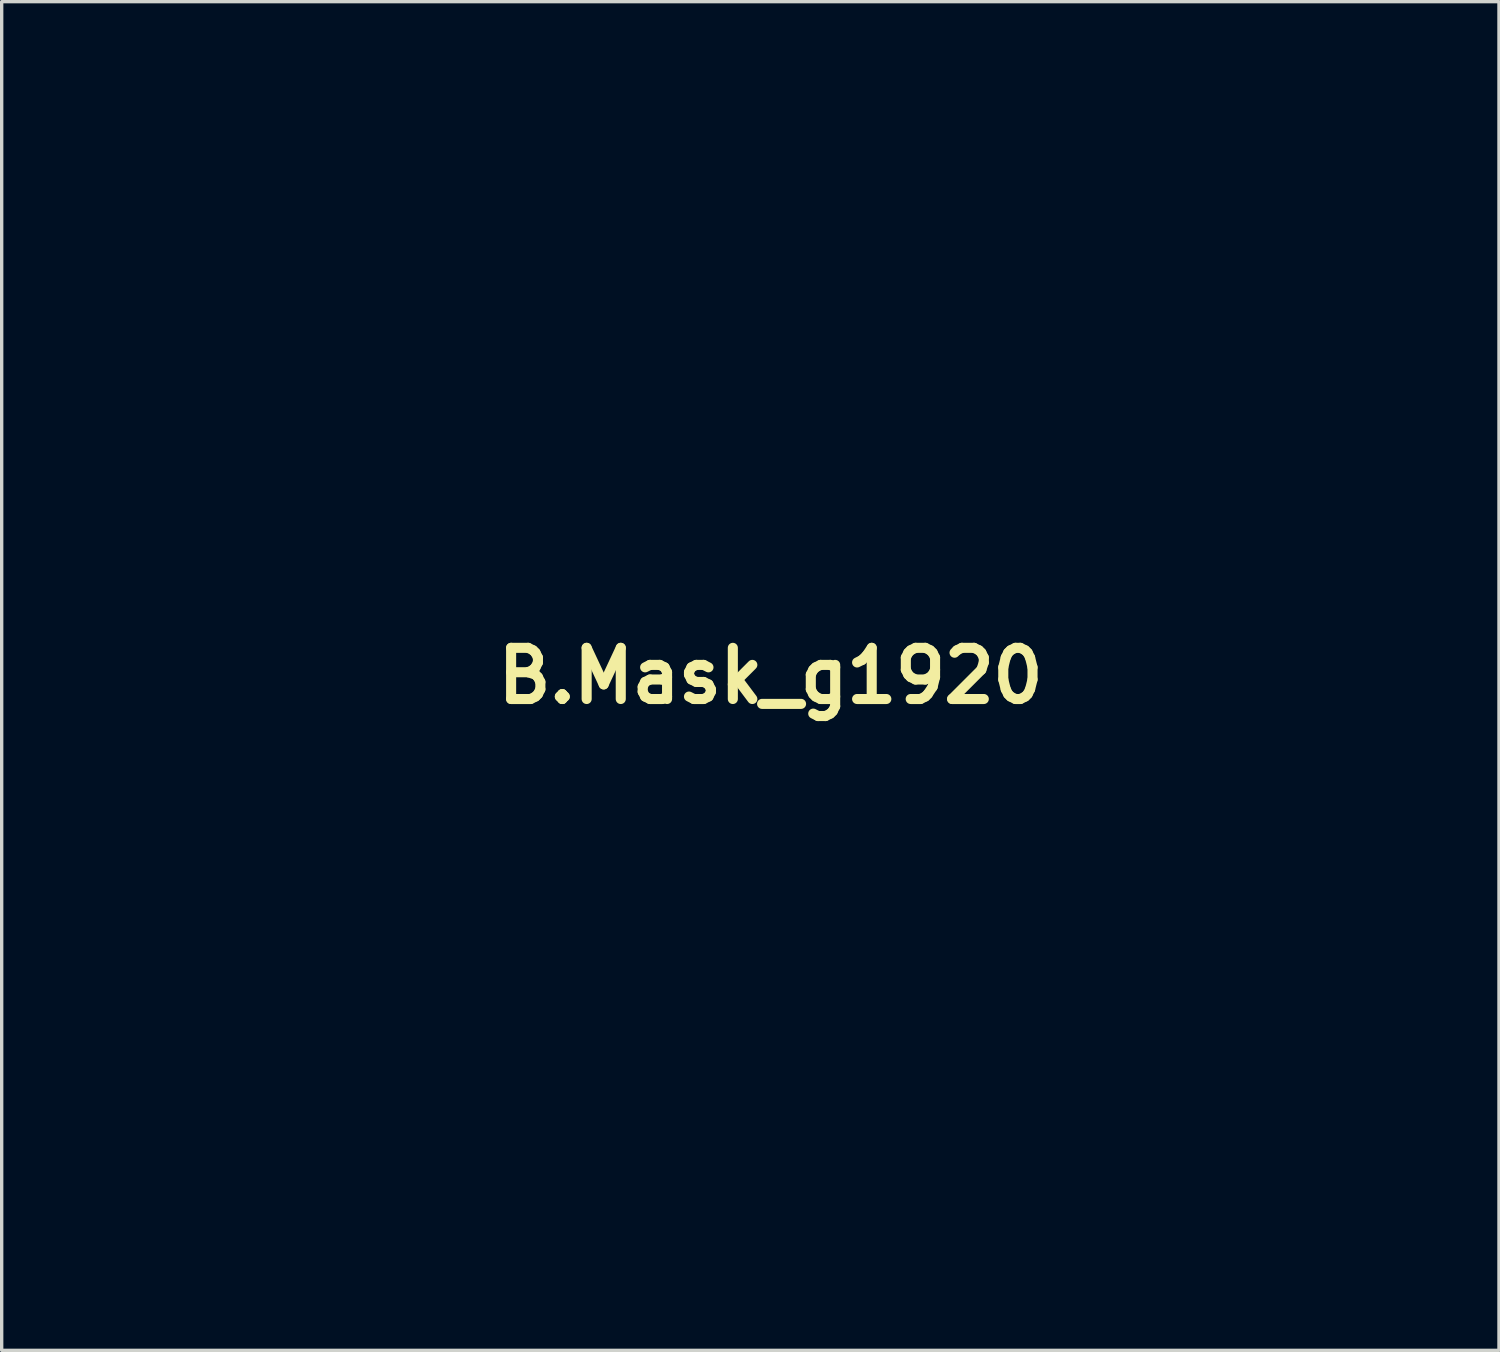
<source format=kicad_pcb>
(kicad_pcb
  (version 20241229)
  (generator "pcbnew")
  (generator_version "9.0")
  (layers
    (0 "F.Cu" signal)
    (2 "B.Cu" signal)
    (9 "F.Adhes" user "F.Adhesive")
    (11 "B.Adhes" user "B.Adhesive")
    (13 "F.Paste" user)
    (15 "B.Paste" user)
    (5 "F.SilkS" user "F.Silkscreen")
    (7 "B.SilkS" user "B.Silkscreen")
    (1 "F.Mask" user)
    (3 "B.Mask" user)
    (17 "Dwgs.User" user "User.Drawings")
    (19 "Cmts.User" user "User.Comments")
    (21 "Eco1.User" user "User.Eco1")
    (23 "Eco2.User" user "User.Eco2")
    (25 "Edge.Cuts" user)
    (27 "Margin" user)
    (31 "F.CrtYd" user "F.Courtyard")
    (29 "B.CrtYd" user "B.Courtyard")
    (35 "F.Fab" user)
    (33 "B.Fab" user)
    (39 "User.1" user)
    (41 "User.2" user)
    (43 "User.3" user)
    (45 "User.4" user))
  (footprint "B.Mask_g1920"
    (layer "F.Cu")
    (at 19.903 17.081)
    (property "Reference" "B.Mask_g1920" (at 0 0 0) (layer "F.SilkS") (effects (font (size 1.524 1.524) (thickness 0.3))))
    (attr through_hole)
    (fp_poly (pts (xy 4.667 -4.303) (xy 4.755 -4.247) (xy 4.834 -4.122) (xy 4.905 -3.924) (xy 4.97 -3.646) (xy 4.978 -3.605) (xy 5.023 -3.326) (xy 5.034 -3.118) (xy 5.013 -2.975) (xy 4.971 -2.903) (xy 4.867 -2.846) (xy 4.749 -2.845) (xy 4.657 -2.899) (xy 4.627 -2.971) (xy 4.596 -3.099) (xy 4.571 -3.259) (xy 4.57 -3.27) (xy 4.541 -3.464) (xy 4.501 -3.663) (xy 4.466 -3.802) (xy 4.418 -4.02) (xy 4.423 -4.18) (xy 4.478 -4.28) (xy 4.583 -4.314) (xy 4.667 -4.303)) (stroke (width 0.01) (type solid)) (fill yes) (layer "B.Mask"))
    (fp_poly (pts (xy -7.813 -1.103) (xy -7.687 -0.992) (xy -7.526 -0.874) (xy -7.407 -0.799) (xy -7.275 -0.719) (xy -7.204 -0.661) (xy -7.18 -0.61) (xy -7.187 -0.55) (xy -7.214 -0.318) (xy -7.193 -0.053) (xy -7.128 0.211) (xy -7.099 0.286) (xy -6.99 0.552) (xy -7.205 0.66) (xy -7.477 0.759) (xy -7.754 0.787) (xy -8.016 0.743) (xy -8.041 0.734) (xy -8.219 0.639) (xy -8.395 0.495) (xy -8.546 0.326) (xy -8.649 0.154) (xy -8.669 0.101) (xy -8.716 -0.196) (xy -8.684 -0.484) (xy -8.579 -0.749) (xy -8.407 -0.979) (xy -8.172 -1.16) (xy -8.124 -1.187) (xy -7.971 -1.265) (xy -7.813 -1.103)) (stroke (width 0.01) (type solid)) (fill yes) (layer "B.Mask"))
    (fp_poly (pts (xy -4.875 -2.956) (xy -4.607 -2.896) (xy -4.372 -2.759) (xy -4.176 -2.549) (xy -4.129 -2.479) (xy -4.061 -2.359) (xy -4.022 -2.252) (xy -4.005 -2.126) (xy -4.001 -1.951) (xy -4.01 -1.748) (xy -4.036 -1.598) (xy -4.088 -1.468) (xy -4.096 -1.452) (xy -4.251 -1.246) (xy -4.46 -1.087) (xy -4.707 -0.98) (xy -4.971 -0.932) (xy -5.235 -0.948) (xy -5.451 -1.021) (xy -5.69 -1.181) (xy -5.868 -1.386) (xy -5.984 -1.622) (xy -6.036 -1.875) (xy -6.024 -2.133) (xy -5.946 -2.381) (xy -5.802 -2.607) (xy -5.59 -2.797) (xy -5.584 -2.801) (xy -5.406 -2.899) (xy -5.219 -2.95) (xy -4.994 -2.962) (xy -4.875 -2.956)) (stroke (width 0.01) (type solid)) (fill yes) (layer "B.Mask"))
    (fp_poly (pts (xy -5.71 2.609) (xy -5.46 2.728) (xy -5.191 2.803) (xy -4.901 2.857) (xy -4.922 3.127) (xy -4.978 3.395) (xy -5.102 3.623) (xy -5.302 3.821) (xy -5.366 3.869) (xy -5.468 3.934) (xy -5.566 3.973) (xy -5.689 3.996) (xy -5.865 4.008) (xy -5.894 4.009) (xy -6.086 4.013) (xy -6.221 4.002) (xy -6.324 3.974) (xy -6.399 3.939) (xy -6.588 3.798) (xy -6.759 3.602) (xy -6.886 3.384) (xy -6.922 3.286) (xy -6.973 3.091) (xy -6.981 2.96) (xy -6.938 2.875) (xy -6.832 2.822) (xy -6.653 2.785) (xy -6.598 2.777) (xy -6.452 2.738) (xy -6.282 2.668) (xy -6.17 2.608) (xy -5.938 2.468) (xy -5.71 2.609)) (stroke (width 0.01) (type solid)) (fill yes) (layer "B.Mask"))
    (fp_poly (pts (xy -6.532 0.892) (xy -6.244 1.033) (xy -6.259 1.427) (xy -6.262 1.659) (xy -6.248 1.836) (xy -6.214 1.983) (xy -6.199 2.03) (xy -6.157 2.158) (xy -6.147 2.236) (xy -6.169 2.292) (xy -6.184 2.311) (xy -6.324 2.421) (xy -6.519 2.496) (xy -6.747 2.533) (xy -6.985 2.529) (xy -7.208 2.481) (xy -7.281 2.452) (xy -7.519 2.314) (xy -7.688 2.144) (xy -7.795 1.929) (xy -7.846 1.659) (xy -7.852 1.496) (xy -7.849 1.332) (xy -7.841 1.203) (xy -7.829 1.13) (xy -7.825 1.123) (xy -7.773 1.1) (xy -7.661 1.069) (xy -7.517 1.036) (xy -7.331 0.986) (xy -7.141 0.917) (xy -7.028 0.864) (xy -6.819 0.751) (xy -6.532 0.892)) (stroke (width 0.01) (type solid)) (fill yes) (layer "B.Mask"))
    (fp_poly (pts (xy -6.672 -2.948) (xy -6.491 -2.907) (xy -6.33 -2.849) (xy -6.212 -2.781) (xy -6.162 -2.722) (xy -6.162 -2.651) (xy -6.184 -2.527) (xy -6.223 -2.383) (xy -6.281 -2.163) (xy -6.302 -1.98) (xy -6.286 -1.798) (xy -6.231 -1.582) (xy -6.22 -1.546) (xy -6.179 -1.395) (xy -6.156 -1.272) (xy -6.156 -1.201) (xy -6.156 -1.201) (xy -6.205 -1.151) (xy -6.307 -1.085) (xy -6.402 -1.036) (xy -6.634 -0.96) (xy -6.883 -0.932) (xy -7.118 -0.952) (xy -7.278 -1.005) (xy -7.511 -1.163) (xy -7.69 -1.375) (xy -7.811 -1.624) (xy -7.865 -1.894) (xy -7.849 -2.169) (xy -7.789 -2.363) (xy -7.639 -2.614) (xy -7.437 -2.799) (xy -7.186 -2.916) (xy -6.892 -2.963) (xy -6.85 -2.963) (xy -6.672 -2.948)) (stroke (width 0.01) (type solid)) (fill yes) (layer "B.Mask"))
    (fp_poly (pts (xy -5.691 -0.868) (xy -5.519 -0.78) (xy -5.329 -0.706) (xy -5.213 -0.674) (xy -5.078 -0.64) (xy -4.978 -0.602) (xy -4.943 -0.577) (xy -4.92 -0.492) (xy -4.911 -0.352) (xy -4.916 -0.185) (xy -4.934 -0.018) (xy -4.962 0.12) (xy -4.976 0.16) (xy -5.098 0.363) (xy -5.276 0.548) (xy -5.477 0.685) (xy -5.645 0.746) (xy -5.844 0.782) (xy -6.038 0.79) (xy -6.181 0.767) (xy -6.459 0.638) (xy -6.682 0.456) (xy -6.843 0.23) (xy -6.934 -0.029) (xy -6.951 -0.213) (xy -6.947 -0.398) (xy -6.926 -0.518) (xy -6.873 -0.593) (xy -6.774 -0.644) (xy -6.615 -0.69) (xy -6.609 -0.691) (xy -6.425 -0.75) (xy -6.243 -0.825) (xy -6.124 -0.889) (xy -5.93 -1.012) (xy -5.691 -0.868)) (stroke (width 0.01) (type solid)) (fill yes) (layer "B.Mask"))
    (fp_poly (pts (xy -3.83 -1.209) (xy -3.76 -1.182) (xy -3.523 -1.042) (xy -3.34 -0.849) (xy -3.214 -0.617) (xy -3.148 -0.362) (xy -3.147 -0.098) (xy -3.214 0.159) (xy -3.352 0.395) (xy -3.374 0.422) (xy -3.581 0.611) (xy -3.823 0.73) (xy -4.114 0.786) (xy -4.119 0.787) (xy -4.301 0.792) (xy -4.44 0.77) (xy -4.551 0.726) (xy -4.675 0.661) (xy -4.778 0.598) (xy -4.799 0.584) (xy -4.843 0.543) (xy -4.853 0.499) (xy -4.825 0.426) (xy -4.779 0.336) (xy -4.727 0.216) (xy -4.692 0.077) (xy -4.67 -0.105) (xy -4.658 -0.272) (xy -4.636 -0.693) (xy -4.424 -0.816) (xy -4.27 -0.917) (xy -4.118 -1.034) (xy -4.056 -1.089) (xy -3.961 -1.177) (xy -3.895 -1.213) (xy -3.83 -1.209)) (stroke (width 0.01) (type solid)) (fill yes) (layer "B.Mask"))
    (fp_poly (pts (xy 2.107 -6.085) (xy 2.33 -6.055) (xy 2.568 -6.012) (xy 2.792 -5.962) (xy 2.974 -5.909) (xy 3.038 -5.884) (xy 3.15 -5.828) (xy 3.202 -5.777) (xy 3.212 -5.707) (xy 3.21 -5.668) (xy 3.188 -5.562) (xy 3.139 -5.499) (xy 3.05 -5.475) (xy 2.908 -5.486) (xy 2.702 -5.53) (xy 2.675 -5.537) (xy 2.174 -5.622) (xy 1.691 -5.625) (xy 1.226 -5.545) (xy 0.781 -5.382) (xy 0.356 -5.138) (xy 0.196 -5.02) (xy 0.032 -4.902) (xy -0.088 -4.842) (xy -0.18 -4.835) (xy -0.258 -4.879) (xy -0.272 -4.893) (xy -0.329 -4.995) (xy -0.309 -5.113) (xy -0.212 -5.251) (xy -0.037 -5.409) (xy 0.219 -5.589) (xy 0.221 -5.591) (xy 0.558 -5.772) (xy 0.944 -5.922) (xy 1.351 -6.03) (xy 1.746 -6.089) (xy 1.926 -6.096) (xy 2.107 -6.085)) (stroke (width 0.01) (type solid)) (fill yes) (layer "B.Mask"))
    (fp_poly (pts (xy -4.782 0.883) (xy -4.622 0.955) (xy -4.468 1.012) (xy -4.366 1.039) (xy -4.195 1.074) (xy -4.09 1.122) (xy -4.032 1.196) (xy -4.001 1.31) (xy -3.989 1.614) (xy -4.058 1.896) (xy -4.204 2.149) (xy -4.424 2.365) (xy -4.441 2.378) (xy -4.545 2.448) (xy -4.641 2.49) (xy -4.758 2.514) (xy -4.925 2.528) (xy -4.969 2.53) (xy -5.145 2.536) (xy -5.265 2.53) (xy -5.362 2.504) (xy -5.464 2.454) (xy -5.546 2.405) (xy -5.769 2.222) (xy -5.929 1.985) (xy -6.023 1.701) (xy -6.035 1.623) (xy -6.043 1.384) (xy -5.997 1.21) (xy -5.896 1.099) (xy -5.807 1.06) (xy -5.697 1.031) (xy -5.622 1.017) (xy -5.614 1.016) (xy -5.56 0.999) (xy -5.453 0.952) (xy -5.316 0.888) (xy -5.31 0.884) (xy -5.043 0.753) (xy -4.782 0.883)) (stroke (width 0.01) (type solid)) (fill yes) (layer "B.Mask"))
    (fp_poly (pts (xy -7.963 4.395) (xy -7.889 4.478) (xy -7.794 4.594) (xy -7.691 4.727) (xy -7.592 4.859) (xy -7.513 4.972) (xy -7.465 5.05) (xy -7.457 5.072) (xy -7.492 5.11) (xy -7.578 5.193) (xy -7.705 5.309) (xy -7.861 5.45) (xy -8.035 5.604) (xy -8.215 5.763) (xy -8.389 5.915) (xy -8.547 6.052) (xy -8.676 6.161) (xy -8.766 6.235) (xy -8.805 6.262) (xy -8.805 6.262) (xy -8.846 6.239) (xy -8.946 6.177) (xy -9.094 6.082) (xy -9.278 5.963) (xy -9.488 5.827) (xy -9.496 5.822) (xy -9.707 5.684) (xy -9.893 5.561) (xy -10.043 5.462) (xy -10.145 5.393) (xy -10.188 5.363) (xy -10.188 5.362) (xy -10.176 5.319) (xy -10.127 5.219) (xy -10.049 5.077) (xy -9.949 4.906) (xy -9.942 4.895) (xy -9.673 4.451) (xy -8.784 5.332) (xy -8.403 4.848) (xy -8.267 4.677) (xy -8.149 4.532) (xy -8.06 4.426) (xy -8.009 4.37) (xy -8.001 4.364) (xy -7.963 4.395)) (stroke (width 0.01) (type solid)) (fill yes) (layer "B.Mask"))
    (fp_poly (pts (xy 9.482 8.35) (xy 9.481 10.181) (xy 8.456 11.345) (xy 7.096 11.344) (xy 5.736 11.342) (xy 4.487 10.032) (xy 4.487 6.858) (xy 5.588 6.858) (xy 5.922 6.858) (xy 6.181 6.86) (xy 6.375 6.863) (xy 6.512 6.869) (xy 6.602 6.877) (xy 6.655 6.89) (xy 6.681 6.906) (xy 6.688 6.928) (xy 6.688 6.932) (xy 6.683 6.993) (xy 6.67 7.126) (xy 6.65 7.319) (xy 6.623 7.56) (xy 6.593 7.837) (xy 6.563 8.105) (xy 6.53 8.4) (xy 6.501 8.665) (xy 6.477 8.889) (xy 6.459 9.063) (xy 6.449 9.173) (xy 6.447 9.21) (xy 6.608 9.32) (xy 6.778 9.432) (xy 6.942 9.539) (xy 7.086 9.63) (xy 7.195 9.697) (xy 7.253 9.728) (xy 7.259 9.73) (xy 7.261 9.685) (xy 7.26 9.568) (xy 7.257 9.387) (xy 7.252 9.155) (xy 7.245 8.882) (xy 7.236 8.58) (xy 7.226 8.259) (xy 7.216 7.93) (xy 7.204 7.604) (xy 7.193 7.293) (xy 7.182 7.007) (xy 7.181 6.996) (xy 7.161 6.519) (xy 9.483 6.519) (xy 9.482 8.35)) (stroke (width 0.01) (type solid)) (fill yes) (layer "B.Mask"))
    (fp_poly (pts (xy -6.951 7.457) (xy -6.008 8.437) (xy -7.003 8.985) (xy -7.998 9.532) (xy -7.907 9.655) (xy -7.816 9.778) (xy -7.167 9.44) (xy -6.953 9.329) (xy -6.764 9.234) (xy -6.614 9.16) (xy -6.515 9.114) (xy -6.482 9.102) (xy -6.447 9.135) (xy -6.379 9.226) (xy -6.287 9.358) (xy -6.181 9.515) (xy -6.072 9.684) (xy -5.969 9.847) (xy -5.883 9.989) (xy -5.823 10.096) (xy -5.8 10.15) (xy -5.8 10.151) (xy -5.832 10.188) (xy -5.924 10.267) (xy -6.065 10.38) (xy -6.245 10.521) (xy -6.456 10.68) (xy -6.578 10.771) (xy -7.356 11.345) (xy -8.493 11.345) (xy -9.631 11.344) (xy -10.091 10.537) (xy -10.244 10.267) (xy -10.357 10.06) (xy -10.436 9.909) (xy -10.484 9.802) (xy -10.505 9.733) (xy -10.504 9.691) (xy -10.493 9.674) (xy -10.443 9.636) (xy -10.333 9.557) (xy -10.173 9.446) (xy -9.975 9.31) (xy -9.747 9.155) (xy -9.579 9.041) (xy -9.341 8.879) (xy -9.126 8.732) (xy -8.945 8.607) (xy -8.808 8.509) (xy -8.724 8.448) (xy -8.702 8.429) (xy -8.717 8.381) (xy -8.778 8.304) (xy -8.804 8.278) (xy -8.926 8.161) (xy -9.435 8.462) (xy -9.62 8.57) (xy -9.778 8.662) (xy -9.895 8.728) (xy -9.958 8.761) (xy -9.964 8.763) (xy -9.999 8.733) (xy -10.077 8.651) (xy -10.187 8.53) (xy -10.317 8.384) (xy -10.455 8.226) (xy -10.591 8.068) (xy -10.712 7.924) (xy -10.808 7.808) (xy -10.867 7.732) (xy -10.88 7.709) (xy -10.85 7.671) (xy -10.768 7.584) (xy -10.643 7.458) (xy -10.483 7.301) (xy -10.298 7.123) (xy -10.249 7.076) (xy -9.618 6.477) (xy -7.894 6.477) (xy -6.951 7.457)) (stroke (width 0.01) (type solid)) (fill yes) (layer "B.Mask"))
    (fp_poly (pts (xy -1.386 6.974) (xy -1.148 7.113) (xy -0.936 7.238) (xy -0.76 7.343) (xy -0.632 7.42) (xy -0.561 7.465) (xy -0.55 7.473) (xy -0.544 7.521) (xy -0.526 7.638) (xy -0.499 7.809) (xy -0.465 8.021) (xy -0.426 8.258) (xy -0.386 8.506) (xy -0.346 8.751) (xy -0.309 8.979) (xy -0.276 9.174) (xy -0.251 9.323) (xy -0.236 9.411) (xy -0.233 9.426) (xy -0.236 9.458) (xy -0.261 9.502) (xy -0.316 9.565) (xy -0.404 9.652) (xy -0.533 9.767) (xy -0.709 9.917) (xy -0.937 10.107) (xy -1.223 10.342) (xy -1.332 10.431) (xy -1.596 10.646) (xy -1.838 10.843) (xy -2.052 11.016) (xy -2.229 11.158) (xy -2.361 11.263) (xy -2.442 11.325) (xy -2.464 11.341) (xy -2.506 11.33) (xy -2.622 11.301) (xy -2.8 11.257) (xy -3.031 11.2) (xy -3.307 11.133) (xy -3.616 11.057) (xy -3.851 11) (xy -4.179 10.919) (xy -4.478 10.845) (xy -4.741 10.78) (xy -4.958 10.726) (xy -5.117 10.686) (xy -5.212 10.661) (xy -5.233 10.655) (xy -5.243 10.613) (xy -5.265 10.498) (xy -5.3 10.322) (xy -5.343 10.094) (xy -5.394 9.826) (xy -5.451 9.527) (xy -5.458 9.489) (xy -5.523 9.138) (xy -5.531 9.095) (xy -3.514 9.095) (xy -3.207 9.198) (xy -3.055 9.245) (xy -2.932 9.274) (xy -2.863 9.28) (xy -2.857 9.278) (xy -2.802 9.245) (xy -2.698 9.181) (xy -2.582 9.108) (xy -2.46 9.031) (xy -2.37 8.973) (xy -2.333 8.948) (xy -2.342 8.906) (xy -2.38 8.806) (xy -2.441 8.664) (xy -2.479 8.58) (xy -2.642 8.226) (xy -3.046 8.311) (xy -3.222 8.352) (xy -3.367 8.393) (xy -3.459 8.427) (xy -3.481 8.442) (xy -3.497 8.505) (xy -3.508 8.627) (xy -3.513 8.782) (xy -3.513 8.791) (xy -3.514 9.095) (xy -5.531 9.095) (xy -5.573 8.861) (xy -5.608 8.649) (xy -5.63 8.493) (xy -5.639 8.384) (xy -5.638 8.313) (xy -5.628 8.272) (xy -5.621 8.262) (xy -5.551 8.176) (xy -5.441 8.047) (xy -5.301 7.884) (xy -5.138 7.698) (xy -4.963 7.498) (xy -4.783 7.295) (xy -4.609 7.098) (xy -4.447 6.917) (xy -4.309 6.763) (xy -4.201 6.646) (xy -4.134 6.575) (xy -4.116 6.559) (xy -4.066 6.556) (xy -3.945 6.551) (xy -3.764 6.544) (xy -3.536 6.536) (xy -3.274 6.526) (xy -3.154 6.521) (xy -2.223 6.487) (xy -1.386 6.974)) (stroke (width 0.01) (type solid)) (fill yes) (layer "B.Mask"))
    (fp_poly (pts (xy 2.747 6.604) (xy 3.084 6.627) (xy 3.396 6.65) (xy 3.673 6.671) (xy 3.904 6.691) (xy 4.079 6.707) (xy 4.186 6.719) (xy 4.214 6.724) (xy 4.232 6.732) (xy 4.247 6.745) (xy 4.259 6.772) (xy 4.265 6.819) (xy 4.268 6.892) (xy 4.265 6.999) (xy 4.256 7.145) (xy 4.243 7.339) (xy 4.222 7.586) (xy 4.196 7.894) (xy 4.163 8.27) (xy 4.123 8.719) (xy 4.1 8.975) (xy 4.061 9.402) (xy 4.025 9.804) (xy 3.993 10.175) (xy 3.963 10.505) (xy 3.939 10.786) (xy 3.919 11.011) (xy 3.905 11.171) (xy 3.898 11.259) (xy 3.897 11.271) (xy 3.89 11.297) (xy 3.864 11.316) (xy 3.808 11.329) (xy 3.711 11.338) (xy 3.562 11.343) (xy 3.35 11.345) (xy 3.069 11.345) (xy 2.815 11.344) (xy 2.593 11.339) (xy 2.415 11.333) (xy 2.295 11.325) (xy 2.245 11.315) (xy 2.244 11.314) (xy 2.252 11.262) (xy 2.273 11.145) (xy 2.304 10.977) (xy 2.343 10.776) (xy 2.351 10.736) (xy 2.39 10.533) (xy 2.42 10.362) (xy 2.439 10.239) (xy 2.445 10.18) (xy 2.444 10.177) (xy 2.409 10.199) (xy 2.317 10.265) (xy 2.178 10.37) (xy 2.001 10.507) (xy 1.796 10.667) (xy 1.685 10.755) (xy 1.466 10.925) (xy 1.269 11.076) (xy 1.101 11.2) (xy 0.974 11.289) (xy 0.897 11.336) (xy 0.882 11.342) (xy 0.826 11.325) (xy 0.706 11.281) (xy 0.534 11.216) (xy 0.325 11.133) (xy 0.111 11.047) (xy -0.118 10.953) (xy -0.319 10.869) (xy -0.478 10.802) (xy -0.584 10.756) (xy -0.623 10.737) (xy -0.597 10.706) (xy -0.515 10.63) (xy -0.387 10.519) (xy -0.221 10.379) (xy -0.028 10.221) (xy -0.004 10.201) (xy 0.633 9.684) (xy 0.553 9.573) (xy 0.485 9.492) (xy 0.377 9.374) (xy 0.247 9.24) (xy 0.203 9.197) (xy -0.066 8.932) (xy -0.014 8.287) (xy -0.013 8.278) (xy 1.742 8.278) (xy 1.758 8.316) (xy 1.816 8.402) (xy 1.903 8.521) (xy 1.926 8.551) (xy 2.029 8.682) (xy 2.102 8.758) (xy 2.165 8.793) (xy 2.239 8.8) (xy 2.301 8.797) (xy 2.477 8.784) (xy 2.489 8.35) (xy 2.491 8.17) (xy 2.49 8.027) (xy 2.484 7.937) (xy 2.477 7.916) (xy 2.433 7.934) (xy 2.334 7.98) (xy 2.202 8.044) (xy 2.056 8.115) (xy 1.918 8.184) (xy 1.808 8.241) (xy 1.747 8.275) (xy 1.742 8.278) (xy -0.013 8.278) (xy 0.004 8.051) (xy 0.02 7.837) (xy 0.033 7.661) (xy 0.04 7.543) (xy 0.041 7.514) (xy 0.048 7.466) (xy 0.071 7.418) (xy 0.12 7.363) (xy 0.205 7.293) (xy 0.335 7.199) (xy 0.519 7.073) (xy 0.706 6.949) (xy 1.367 6.511) (xy 2.747 6.604)) (stroke (width 0.01) (type solid)) (fill yes) (layer "B.Mask"))
    (fp_poly (pts (xy -7.699 -6.904) (xy -7.423 -6.791) (xy -7.191 -6.608) (xy -7.015 -6.369) (xy -6.948 -6.236) (xy -6.915 -6.122) (xy -6.91 -5.986) (xy -6.915 -5.893) (xy -6.923 -5.75) (xy -6.92 -5.677) (xy -6.903 -5.661) (xy -6.866 -5.687) (xy -6.861 -5.692) (xy -6.763 -5.742) (xy -6.674 -5.757) (xy -6.557 -5.718) (xy -6.467 -5.608) (xy -6.41 -5.437) (xy -6.392 -5.236) (xy -6.404 -5.04) (xy -6.447 -4.892) (xy -6.535 -4.758) (xy -6.596 -4.689) (xy -6.66 -4.61) (xy -6.686 -4.558) (xy -6.684 -4.553) (xy -6.612 -4.518) (xy -6.477 -4.482) (xy -6.301 -4.448) (xy -6.107 -4.422) (xy -5.916 -4.406) (xy -5.808 -4.403) (xy -5.453 -4.403) (xy -5.087 -4.678) (xy -4.916 -4.798) (xy -4.713 -4.927) (xy -4.495 -5.056) (xy -4.277 -5.177) (xy -4.073 -5.282) (xy -3.899 -5.362) (xy -3.771 -5.41) (xy -3.721 -5.419) (xy -3.576 -5.389) (xy -3.493 -5.301) (xy -3.471 -5.187) (xy -3.474 -5.126) (xy -3.492 -5.077) (xy -3.536 -5.029) (xy -3.619 -4.972) (xy -3.754 -4.896) (xy -3.94 -4.797) (xy -4.422 -4.52) (xy -4.825 -4.234) (xy -5.156 -3.933) (xy -5.421 -3.612) (xy -5.618 -3.281) (xy -5.723 -3.09) (xy -5.814 -2.974) (xy -5.901 -2.927) (xy -5.996 -2.943) (xy -6.11 -3.017) (xy -6.114 -3.02) (xy -6.238 -3.119) (xy -6.164 -3.306) (xy -6.101 -3.447) (xy -6.015 -3.616) (xy -5.948 -3.734) (xy -5.806 -3.975) (xy -6.004 -4.002) (xy -6.176 -4.031) (xy -6.391 -4.074) (xy -6.608 -4.123) (xy -6.79 -4.17) (xy -6.799 -4.172) (xy -6.853 -4.179) (xy -6.885 -4.145) (xy -6.907 -4.055) (xy -6.916 -3.988) (xy -6.985 -3.75) (xy -7.115 -3.55) (xy -7.295 -3.406) (xy -7.378 -3.367) (xy -7.501 -3.325) (xy -7.589 -3.319) (xy -7.684 -3.346) (xy -7.72 -3.36) (xy -7.826 -3.418) (xy -7.893 -3.478) (xy -7.9 -3.491) (xy -7.929 -3.54) (xy -7.975 -3.548) (xy -8.054 -3.512) (xy -8.181 -3.427) (xy -8.194 -3.418) (xy -8.298 -3.349) (xy -8.388 -3.308) (xy -8.492 -3.288) (xy -8.637 -3.281) (xy -8.736 -3.281) (xy -8.912 -3.283) (xy -9.033 -3.295) (xy -9.125 -3.325) (xy -9.219 -3.379) (xy -9.289 -3.429) (xy -9.491 -3.602) (xy -9.645 -3.792) (xy -9.742 -3.983) (xy -9.771 -4.159) (xy -9.77 -4.166) (xy -9.762 -4.252) (xy -9.74 -4.31) (xy -9.689 -4.352) (xy -9.593 -4.388) (xy -9.437 -4.429) (xy -9.365 -4.447) (xy -9.248 -4.488) (xy -9.214 -4.527) (xy -9.259 -4.558) (xy -9.382 -4.572) (xy -9.402 -4.572) (xy -9.553 -4.587) (xy -9.695 -4.625) (xy -9.706 -4.629) (xy -9.873 -4.733) (xy -10.031 -4.892) (xy -10.173 -5.091) (xy -10.292 -5.313) (xy -10.382 -5.545) (xy -10.436 -5.769) (xy -10.447 -5.97) (xy -10.409 -6.133) (xy -10.376 -6.188) (xy -10.222 -6.321) (xy -9.997 -6.428) (xy -9.71 -6.505) (xy -9.621 -6.521) (xy -9.281 -6.542) (xy -8.979 -6.494) (xy -8.7 -6.372) (xy -8.657 -6.346) (xy -8.544 -6.278) (xy -8.489 -6.257) (xy -8.48 -6.28) (xy -8.485 -6.295) (xy -8.545 -6.517) (xy -8.533 -6.694) (xy -8.451 -6.823) (xy -8.298 -6.906) (xy -8.076 -6.941) (xy -8.013 -6.942) (xy -7.699 -6.904)) (stroke (width 0.01) (type solid)) (fill yes) (layer "B.Mask"))
    (fp_poly (pts (xy 2.356 -7.331) (xy 2.814 -7.262) (xy 3.225 -7.16) (xy 3.62 -7.017) (xy 3.916 -6.882) (xy 4.443 -6.577) (xy 4.914 -6.212) (xy 5.326 -5.792) (xy 5.673 -5.322) (xy 5.952 -4.807) (xy 6.159 -4.253) (xy 6.245 -3.916) (xy 6.297 -3.56) (xy 6.318 -3.159) (xy 6.309 -2.746) (xy 6.271 -2.351) (xy 6.207 -2.023) (xy 6.069 -1.588) (xy 5.884 -1.154) (xy 5.666 -0.757) (xy 5.569 -0.61) (xy 5.478 -0.479) (xy 5.411 -0.377) (xy 5.378 -0.322) (xy 5.376 -0.318) (xy 5.405 -0.282) (xy 5.479 -0.206) (xy 5.577 -0.111) (xy 5.779 0.08) (xy 6.053 -0.185) (xy 6.445 0.191) (xy 6.681 0.419) (xy 6.942 0.673) (xy 7.221 0.947) (xy 7.511 1.233) (xy 7.806 1.526) (xy 8.1 1.819) (xy 8.386 2.106) (xy 8.658 2.379) (xy 8.909 2.634) (xy 9.133 2.862) (xy 9.324 3.059) (xy 9.475 3.216) (xy 9.579 3.329) (xy 9.631 3.39) (xy 9.634 3.395) (xy 9.668 3.502) (xy 9.69 3.652) (xy 9.694 3.755) (xy 9.657 4.019) (xy 9.547 4.24) (xy 9.371 4.412) (xy 9.148 4.523) (xy 8.927 4.566) (xy 8.701 4.557) (xy 8.516 4.501) (xy 8.463 4.466) (xy 8.379 4.401) (xy 8.264 4.301) (xy 8.113 4.165) (xy 7.923 3.988) (xy 7.691 3.769) (xy 7.414 3.504) (xy 7.09 3.19) (xy 6.714 2.825) (xy 6.284 2.405) (xy 5.89 2.019) (xy 4.859 1.008) (xy 5 0.863) (xy 5.14 0.719) (xy 4.935 0.512) (xy 4.731 0.304) (xy 4.362 0.547) (xy 3.842 0.839) (xy 3.286 1.058) (xy 2.707 1.199) (xy 2.115 1.261) (xy 1.718 1.257) (xy 1.101 1.182) (xy 0.516 1.034) (xy -0.03 0.818) (xy -0.534 0.537) (xy -0.99 0.197) (xy -1.395 -0.198) (xy -1.742 -0.645) (xy -2.028 -1.137) (xy -2.248 -1.671) (xy -2.396 -2.242) (xy -2.454 -2.65) (xy -2.462 -2.964) (xy -1.605 -2.964) (xy -1.584 -2.604) (xy -1.53 -2.288) (xy -1.529 -2.284) (xy -1.354 -1.757) (xy -1.11 -1.274) (xy -0.8 -0.842) (xy -0.431 -0.464) (xy -0.005 -0.144) (xy 0.472 0.113) (xy 0.995 0.302) (xy 1.212 0.357) (xy 1.471 0.395) (xy 1.783 0.41) (xy 2.118 0.404) (xy 2.448 0.377) (xy 2.743 0.33) (xy 2.879 0.297) (xy 3.387 0.108) (xy 3.856 -0.15) (xy 4.279 -0.471) (xy 4.648 -0.848) (xy 4.958 -1.274) (xy 5.202 -1.742) (xy 5.374 -2.246) (xy 5.4 -2.356) (xy 5.443 -2.644) (xy 5.457 -2.978) (xy 5.446 -3.328) (xy 5.409 -3.664) (xy 5.348 -3.954) (xy 5.334 -4) (xy 5.127 -4.523) (xy 4.855 -4.99) (xy 4.52 -5.403) (xy 4.122 -5.758) (xy 3.662 -6.056) (xy 3.422 -6.177) (xy 3.111 -6.31) (xy 2.831 -6.403) (xy 2.554 -6.46) (xy 2.25 -6.488) (xy 1.926 -6.494) (xy 1.559 -6.482) (xy 1.249 -6.448) (xy 0.967 -6.386) (xy 0.687 -6.291) (xy 0.435 -6.181) (xy -0.058 -5.907) (xy -0.487 -5.577) (xy -0.853 -5.192) (xy -1.154 -4.751) (xy -1.391 -4.255) (xy -1.482 -4) (xy -1.553 -3.693) (xy -1.595 -3.337) (xy -1.605 -2.964) (xy -2.462 -2.964) (xy -2.469 -3.244) (xy -2.404 -3.823) (xy -2.262 -4.38) (xy -2.046 -4.911) (xy -1.76 -5.408) (xy -1.408 -5.864) (xy -0.994 -6.275) (xy -0.52 -6.632) (xy -0.06 -6.897) (xy 0.426 -7.099) (xy 0.952 -7.246) (xy 1.494 -7.332) (xy 2.029 -7.353) (xy 2.356 -7.331)) (stroke (width 0.01) (type solid)) (fill yes) (layer "B.Mask"))
    (fp_poly (pts (xy 1.033 -17.076) (xy 1.311 -17.074) (xy 1.516 -17.068) (xy 1.643 -17.061) (xy 1.671 -17.057) (xy 1.997 -16.955) (xy 2.303 -16.785) (xy 2.571 -16.558) (xy 2.782 -16.289) (xy 2.852 -16.163) (xy 2.893 -16.054) (xy 2.95 -15.862) (xy 3.022 -15.588) (xy 3.11 -15.231) (xy 3.214 -14.792) (xy 3.333 -14.27) (xy 3.41 -13.928) (xy 3.499 -13.529) (xy 3.583 -13.155) (xy 3.66 -12.816) (xy 3.727 -12.518) (xy 3.784 -12.27) (xy 3.828 -12.08) (xy 3.857 -11.956) (xy 3.871 -11.906) (xy 3.871 -11.905) (xy 3.912 -11.887) (xy 4.022 -11.841) (xy 4.19 -11.772) (xy 4.408 -11.684) (xy 4.664 -11.58) (xy 4.949 -11.465) (xy 5.025 -11.435) (xy 6.167 -10.977) (xy 7.984 -12.092) (xy 8.346 -12.313) (xy 8.693 -12.523) (xy 9.016 -12.716) (xy 9.308 -12.888) (xy 9.561 -13.035) (xy 9.766 -13.151) (xy 9.917 -13.233) (xy 10.005 -13.275) (xy 10.012 -13.278) (xy 10.327 -13.344) (xy 10.668 -13.343) (xy 11.011 -13.28) (xy 11.333 -13.157) (xy 11.472 -13.079) (xy 11.536 -13.027) (xy 11.65 -12.921) (xy 11.809 -12.769) (xy 12.005 -12.577) (xy 12.23 -12.354) (xy 12.477 -12.106) (xy 12.74 -11.841) (xy 13.01 -11.566) (xy 13.282 -11.289) (xy 13.546 -11.017) (xy 13.798 -10.757) (xy 14.028 -10.517) (xy 14.23 -10.303) (xy 14.397 -10.124) (xy 14.521 -9.987) (xy 14.595 -9.899) (xy 14.608 -9.882) (xy 14.75 -9.599) (xy 14.837 -9.274) (xy 14.867 -8.933) (xy 14.837 -8.599) (xy 14.774 -8.37) (xy 14.729 -8.278) (xy 14.64 -8.122) (xy 14.512 -7.91) (xy 14.35 -7.649) (xy 14.156 -7.346) (xy 13.937 -7.007) (xy 13.695 -6.639) (xy 13.623 -6.531) (xy 13.405 -6.201) (xy 13.2 -5.892) (xy 13.015 -5.611) (xy 12.854 -5.366) (xy 12.722 -5.164) (xy 12.623 -5.011) (xy 12.562 -4.916) (xy 12.545 -4.887) (xy 12.556 -4.833) (xy 12.6 -4.716) (xy 12.67 -4.545) (xy 12.763 -4.332) (xy 12.872 -4.089) (xy 12.991 -3.827) (xy 13.117 -3.557) (xy 13.243 -3.291) (xy 13.365 -3.039) (xy 13.476 -2.814) (xy 13.572 -2.626) (xy 13.648 -2.487) (xy 13.697 -2.408) (xy 13.711 -2.394) (xy 13.766 -2.381) (xy 13.894 -2.353) (xy 14.089 -2.311) (xy 14.34 -2.257) (xy 14.64 -2.192) (xy 14.979 -2.12) (xy 15.35 -2.042) (xy 15.67 -1.974) (xy 16.13 -1.876) (xy 16.515 -1.794) (xy 16.833 -1.724) (xy 17.092 -1.664) (xy 17.299 -1.614) (xy 17.463 -1.57) (xy 17.591 -1.532) (xy 17.692 -1.496) (xy 17.773 -1.461) (xy 17.819 -1.438) (xy 18.12 -1.232) (xy 18.367 -0.963) (xy 18.556 -0.643) (xy 18.69 -0.36) (xy 18.678 1.819) (xy 18.675 2.33) (xy 18.672 2.763) (xy 18.668 3.127) (xy 18.662 3.429) (xy 18.654 3.677) (xy 18.642 3.878) (xy 18.627 4.04) (xy 18.608 4.17) (xy 18.584 4.277) (xy 18.554 4.367) (xy 18.518 4.449) (xy 18.475 4.53) (xy 18.438 4.594) (xy 18.307 4.771) (xy 18.129 4.954) (xy 17.929 5.119) (xy 17.736 5.24) (xy 17.695 5.26) (xy 17.614 5.285) (xy 17.46 5.325) (xy 17.241 5.376) (xy 16.968 5.438) (xy 16.65 5.507) (xy 16.296 5.581) (xy 15.916 5.66) (xy 15.652 5.713) (xy 15.269 5.79) (xy 14.911 5.862) (xy 14.588 5.928) (xy 14.308 5.986) (xy 14.08 6.033) (xy 13.911 6.07) (xy 13.811 6.093) (xy 13.786 6.1) (xy 13.767 6.142) (xy 13.72 6.253) (xy 13.649 6.425) (xy 13.557 6.649) (xy 13.448 6.915) (xy 13.326 7.214) (xy 13.208 7.504) (xy 12.646 8.892) (xy 12.923 9.304) (xy 13.017 9.444) (xy 13.15 9.641) (xy 13.313 9.884) (xy 13.498 10.158) (xy 13.696 10.452) (xy 13.898 10.752) (xy 13.967 10.855) (xy 14.2 11.203) (xy 14.39 11.491) (xy 14.54 11.729) (xy 14.656 11.927) (xy 14.74 12.093) (xy 14.798 12.238) (xy 14.834 12.371) (xy 14.852 12.502) (xy 14.857 12.641) (xy 14.853 12.797) (xy 14.851 12.828) (xy 14.843 12.968) (xy 14.832 13.093) (xy 14.811 13.208) (xy 14.777 13.319) (xy 14.725 13.433) (xy 14.651 13.556) (xy 14.55 13.694) (xy 14.417 13.853) (xy 14.247 14.039) (xy 14.037 14.258) (xy 13.781 14.517) (xy 13.475 14.822) (xy 13.114 15.179) (xy 13.027 15.264) (xy 12.673 15.613) (xy 12.374 15.906) (xy 12.123 16.15) (xy 11.915 16.349) (xy 11.744 16.508) (xy 11.605 16.633) (xy 11.492 16.728) (xy 11.401 16.799) (xy 11.324 16.851) (xy 11.257 16.889) (xy 11.239 16.897) (xy 10.88 17.031) (xy 10.537 17.084) (xy 10.197 17.058) (xy 9.863 16.959) (xy 9.777 16.917) (xy 9.628 16.835) (xy 9.426 16.718) (xy 9.178 16.572) (xy 8.896 16.402) (xy 8.586 16.214) (xy 8.259 16.012) (xy 8.12 15.926) (xy 7.796 15.725) (xy 7.493 15.537) (xy 7.218 15.367) (xy 6.98 15.221) (xy 6.787 15.103) (xy 6.645 15.018) (xy 6.564 14.97) (xy 6.548 14.962) (xy 6.485 14.969) (xy 6.368 15.01) (xy 6.217 15.075) (xy 6.141 15.112) (xy 5.785 15.27) (xy 5.464 15.366) (xy 5.164 15.403) (xy 4.996 15.399) (xy 4.633 15.332) (xy 4.301 15.188) (xy 3.999 14.965) (xy 3.725 14.664) (xy 3.594 14.476) (xy 3.497 14.33) (xy 3.415 14.216) (xy 3.359 14.15) (xy 3.343 14.139) (xy 3.28 14.153) (xy 3.205 14.178) (xy 3.109 14.206) (xy 2.946 14.245) (xy 2.73 14.291) (xy 2.479 14.341) (xy 2.209 14.393) (xy 1.934 14.443) (xy 1.671 14.488) (xy 1.435 14.526) (xy 1.312 14.544) (xy 1.056 14.571) (xy 0.732 14.595) (xy 0.36 14.614) (xy -0.043 14.628) (xy -0.459 14.637) (xy -0.87 14.64) (xy -1.258 14.638) (xy -1.605 14.629) (xy -1.893 14.613) (xy -1.947 14.609) (xy -2.266 14.577) (xy -2.615 14.536) (xy -2.979 14.487) (xy -3.342 14.433) (xy -3.689 14.377) (xy -4.003 14.321) (xy -4.271 14.267) (xy -4.475 14.218) (xy -4.533 14.201) (xy -4.582 14.216) (xy -4.653 14.289) (xy -4.75 14.427) (xy -4.819 14.538) (xy -5.062 14.873) (xy -5.335 15.129) (xy -5.642 15.31) (xy -5.984 15.415) (xy -6.208 15.443) (xy -6.397 15.448) (xy -6.569 15.435) (xy -6.745 15.399) (xy -6.943 15.335) (xy -7.184 15.238) (xy -7.376 15.153) (xy -7.844 14.942) (xy -8.864 15.606) (xy -9.303 15.892) (xy -9.676 16.134) (xy -9.991 16.338) (xy -10.252 16.506) (xy -10.466 16.642) (xy -10.637 16.749) (xy -10.773 16.832) (xy -10.879 16.894) (xy -10.96 16.939) (xy -11.023 16.97) (xy -11.073 16.99) (xy -11.08 16.993) (xy -11.295 17.046) (xy -11.55 17.075) (xy -11.802 17.076) (xy -11.947 17.06) (xy -12.067 17.037) (xy -12.177 17.008) (xy -12.284 16.967) (xy -12.394 16.91) (xy -12.516 16.831) (xy -12.655 16.725) (xy -12.818 16.587) (xy -13.013 16.41) (xy -13.247 16.191) (xy -13.526 15.923) (xy -13.858 15.601) (xy -13.896 15.564) (xy -14.28 15.189) (xy -14.609 14.867) (xy -14.886 14.595) (xy -15.116 14.367) (xy -15.304 14.178) (xy -15.456 14.023) (xy -15.575 13.897) (xy -15.666 13.796) (xy -15.735 13.714) (xy -15.785 13.647) (xy -15.823 13.59) (xy -15.825 13.587) (xy -15.917 13.384) (xy -15.99 13.133) (xy -16.034 12.871) (xy -16.043 12.702) (xy -16.039 12.581) (xy -16.025 12.464) (xy -15.997 12.343) (xy -15.951 12.212) (xy -15.883 12.062) (xy -15.79 11.886) (xy -15.667 11.677) (xy -15.51 11.428) (xy -15.317 11.13) (xy -15.082 10.776) (xy -14.847 10.428) (xy -14.634 10.111) (xy -14.436 9.814) (xy -14.258 9.545) (xy -14.106 9.312) (xy -13.984 9.122) (xy -13.897 8.982) (xy -13.85 8.902) (xy -13.843 8.885) (xy -13.858 8.834) (xy -13.902 8.714) (xy -13.971 8.534) (xy -14.061 8.305) (xy -14.169 8.034) (xy -14.29 7.732) (xy -14.398 7.464) (xy -14.566 7.057) (xy -14.709 6.718) (xy -14.827 6.447) (xy -14.92 6.249) (xy -14.985 6.125) (xy -15.023 6.077) (xy -15.023 6.077) (xy -15.078 6.064) (xy -15.207 6.036) (xy -15.401 5.994) (xy -15.651 5.94) (xy -15.949 5.876) (xy -16.287 5.804) (xy -16.654 5.726) (xy -16.912 5.671) (xy -17.387 5.57) (xy -17.788 5.483) (xy -18.121 5.408) (xy -18.395 5.342) (xy -18.618 5.282) (xy -18.799 5.226) (xy -18.944 5.17) (xy -19.062 5.114) (xy -19.161 5.052) (xy -19.249 4.984) (xy -19.334 4.906) (xy -19.394 4.847) (xy -19.623 4.56) (xy -19.779 4.233) (xy -19.85 3.961) (xy -19.863 3.847) (xy -19.874 3.66) (xy -19.882 3.412) (xy -19.883 3.377) (xy -17.866 3.377) (xy -17.77 3.4) (xy -17.709 3.414) (xy -17.574 3.442) (xy -17.375 3.485) (xy -17.121 3.539) (xy -16.82 3.602) (xy -16.483 3.674) (xy -16.119 3.751) (xy -15.938 3.789) (xy -15.432 3.897) (xy -15.004 3.991) (xy -14.654 4.071) (xy -14.376 4.14) (xy -14.168 4.197) (xy -14.025 4.243) (xy -13.97 4.266) (xy -13.736 4.406) (xy -13.514 4.59) (xy -13.331 4.793) (xy -13.23 4.952) (xy -13.187 5.045) (xy -13.117 5.206) (xy -13.026 5.422) (xy -12.916 5.685) (xy -12.794 5.982) (xy -12.662 6.304) (xy -12.525 6.64) (xy -12.388 6.979) (xy -12.254 7.31) (xy -12.129 7.623) (xy -12.017 7.907) (xy -11.921 8.151) (xy -11.846 8.346) (xy -11.796 8.479) (xy -11.78 8.528) (xy -11.742 8.749) (xy -11.738 9.012) (xy -11.767 9.282) (xy -11.826 9.522) (xy -11.864 9.598) (xy -11.944 9.735) (xy -12.061 9.925) (xy -12.209 10.159) (xy -12.383 10.427) (xy -12.577 10.723) (xy -12.786 11.037) (xy -12.857 11.142) (xy -13.067 11.453) (xy -13.263 11.745) (xy -13.441 12.008) (xy -13.594 12.234) (xy -13.717 12.417) (xy -13.805 12.548) (xy -13.853 12.62) (xy -13.86 12.63) (xy -13.854 12.663) (xy -13.81 12.728) (xy -13.724 12.83) (xy -13.593 12.973) (xy -13.413 13.16) (xy -13.18 13.396) (xy -12.89 13.685) (xy -12.76 13.814) (xy -12.504 14.067) (xy -12.268 14.3) (xy -12.058 14.506) (xy -11.881 14.68) (xy -11.743 14.815) (xy -11.651 14.904) (xy -11.612 14.941) (xy -11.611 14.942) (xy -11.575 14.92) (xy -11.475 14.857) (xy -11.32 14.757) (xy -11.117 14.626) (xy -10.873 14.468) (xy -10.597 14.289) (xy -10.297 14.093) (xy -10.214 14.039) (xy -9.818 13.782) (xy -9.486 13.567) (xy -9.21 13.391) (xy -8.983 13.25) (xy -8.798 13.139) (xy -8.648 13.054) (xy -8.525 12.991) (xy -8.423 12.947) (xy -8.335 12.916) (xy -8.252 12.895) (xy -8.213 12.888) (xy -7.948 12.859) (xy -7.685 12.872) (xy -7.405 12.931) (xy -7.092 13.038) (xy -6.806 13.162) (xy -6.664 13.225) (xy -6.552 13.272) (xy -6.491 13.292) (xy -6.489 13.293) (xy -6.456 13.258) (xy -6.389 13.164) (xy -6.298 13.024) (xy -6.19 12.85) (xy -6.16 12.801) (xy -5.992 12.537) (xy -5.842 12.34) (xy -5.699 12.199) (xy -5.548 12.102) (xy -5.378 12.038) (xy -5.278 12.013) (xy -5.183 11.996) (xy -5.093 11.991) (xy -4.99 11.998) (xy -4.857 12.021) (xy -4.677 12.061) (xy -4.442 12.119) (xy -3.883 12.254) (xy -3.382 12.362) (xy -2.919 12.445) (xy -2.473 12.507) (xy -2.023 12.55) (xy -1.549 12.576) (xy -1.029 12.589) (xy -0.677 12.591) (xy -0.074 12.585) (xy 0.467 12.563) (xy 0.967 12.524) (xy 1.445 12.463) (xy 1.924 12.378) (xy 2.425 12.265) (xy 2.969 12.123) (xy 3.33 12.02) (xy 3.575 11.948) (xy 3.797 11.885) (xy 3.98 11.833) (xy 4.11 11.797) (xy 4.172 11.781) (xy 4.209 11.785) (xy 4.255 11.816) (xy 4.318 11.884) (xy 4.404 11.996) (xy 4.52 12.16) (xy 4.672 12.384) (xy 4.741 12.487) (xy 4.887 12.707) (xy 5.019 12.901) (xy 5.128 13.06) (xy 5.207 13.173) (xy 5.249 13.228) (xy 5.253 13.231) (xy 5.302 13.223) (xy 5.408 13.183) (xy 5.553 13.12) (xy 5.637 13.081) (xy 6.026 12.926) (xy 6.391 12.849) (xy 6.737 12.849) (xy 7.073 12.924) (xy 7.153 12.954) (xy 7.229 12.992) (xy 7.369 13.07) (xy 7.563 13.184) (xy 7.803 13.327) (xy 8.08 13.494) (xy 8.386 13.681) (xy 8.713 13.882) (xy 8.882 13.988) (xy 10.419 14.946) (xy 12.736 12.689) (xy 11.797 11.3) (xy 11.54 10.919) (xy 11.326 10.601) (xy 11.151 10.34) (xy 11.01 10.127) (xy 10.899 9.955) (xy 10.814 9.819) (xy 10.751 9.709) (xy 10.705 9.62) (xy 10.671 9.544) (xy 10.647 9.474) (xy 10.627 9.403) (xy 10.608 9.331) (xy 10.58 9.205) (xy 10.562 9.085) (xy 10.557 8.963) (xy 10.567 8.83) (xy 10.594 8.678) (xy 10.641 8.5) (xy 10.709 8.286) (xy 10.801 8.028) (xy 10.918 7.719) (xy 11.064 7.351) (xy 11.24 6.914) (xy 11.282 6.81) (xy 11.465 6.361) (xy 11.62 5.982) (xy 11.751 5.668) (xy 11.859 5.412) (xy 11.949 5.206) (xy 12.023 5.043) (xy 12.086 4.917) (xy 12.14 4.82) (xy 12.188 4.744) (xy 12.233 4.684) (xy 12.271 4.642) (xy 12.458 4.474) (xy 12.685 4.322) (xy 12.909 4.212) (xy 12.922 4.207) (xy 13.002 4.185) (xy 13.155 4.149) (xy 13.371 4.1) (xy 13.642 4.042) (xy 13.956 3.975) (xy 14.304 3.903) (xy 14.677 3.827) (xy 14.85 3.792) (xy 15.222 3.717) (xy 15.568 3.646) (xy 15.879 3.582) (xy 16.146 3.527) (xy 16.361 3.482) (xy 16.514 3.448) (xy 16.598 3.429) (xy 16.611 3.424) (xy 16.615 3.38) (xy 16.619 3.26) (xy 16.624 3.075) (xy 16.629 2.833) (xy 16.634 2.545) (xy 16.638 2.22) (xy 16.642 1.867) (xy 16.642 1.866) (xy 16.658 0.324) (xy 14.774 -0.075) (xy 14.292 -0.178) (xy 13.885 -0.266) (xy 13.545 -0.343) (xy 13.264 -0.409) (xy 13.035 -0.469) (xy 12.85 -0.524) (xy 12.701 -0.577) (xy 12.579 -0.63) (xy 12.478 -0.685) (xy 12.389 -0.745) (xy 12.304 -0.813) (xy 12.265 -0.847) (xy 12.201 -0.905) (xy 12.144 -0.962) (xy 12.089 -1.027) (xy 12.033 -1.107) (xy 11.97 -1.21) (xy 11.898 -1.343) (xy 11.811 -1.512) (xy 11.707 -1.727) (xy 11.581 -1.994) (xy 11.429 -2.321) (xy 11.248 -2.715) (xy 11.18 -2.861) (xy 10.987 -3.284) (xy 10.826 -3.639) (xy 10.697 -3.935) (xy 10.597 -4.18) (xy 10.522 -4.383) (xy 10.469 -4.552) (xy 10.438 -4.696) (xy 10.423 -4.823) (xy 10.424 -4.941) (xy 10.436 -5.06) (xy 10.453 -5.157) (xy 10.497 -5.34) (xy 10.558 -5.523) (xy 10.603 -5.627) (xy 10.647 -5.704) (xy 10.733 -5.843) (xy 10.855 -6.036) (xy 11.008 -6.274) (xy 11.185 -6.549) (xy 11.383 -6.852) (xy 11.595 -7.175) (xy 11.72 -7.365) (xy 12.737 -8.906) (xy 11.77 -9.903) (xy 11.529 -10.152) (xy 11.299 -10.387) (xy 11.09 -10.602) (xy 10.91 -10.786) (xy 10.767 -10.931) (xy 10.669 -11.029) (xy 10.639 -11.059) (xy 10.476 -11.216) (xy 8.741 -10.152) (xy 8.387 -9.935) (xy 8.048 -9.73) (xy 7.733 -9.541) (xy 7.45 -9.373) (xy 7.206 -9.231) (xy 7.011 -9.12) (xy 6.872 -9.043) (xy 6.799 -9.008) (xy 6.525 -8.932) (xy 6.228 -8.9) (xy 5.946 -8.913) (xy 5.845 -8.932) (xy 5.747 -8.962) (xy 5.584 -9.02) (xy 5.365 -9.102) (xy 5.103 -9.203) (xy 4.809 -9.318) (xy 4.494 -9.443) (xy 4.171 -9.573) (xy 3.85 -9.704) (xy 3.544 -9.83) (xy 3.263 -9.947) (xy 3.019 -10.051) (xy 2.824 -10.136) (xy 2.689 -10.199) (xy 2.641 -10.224) (xy 2.427 -10.388) (xy 2.228 -10.614) (xy 2.063 -10.877) (xy 2.05 -10.904) (xy 2.01 -11.011) (xy 1.954 -11.199) (xy 1.883 -11.467) (xy 1.798 -11.813) (xy 1.697 -12.237) (xy 1.583 -12.736) (xy 1.509 -13.065) (xy 1.075 -15.007) (xy -0.581 -15.007) (xy -0.947 -15.007) (xy -1.286 -15.005) (xy -1.589 -15.003) (xy -1.847 -14.999) (xy -2.05 -14.995) (xy -2.189 -14.991) (xy -2.255 -14.986) (xy -2.259 -14.985) (xy -2.272 -14.94) (xy -2.301 -14.821) (xy -2.344 -14.636) (xy -2.399 -14.392) (xy -2.464 -14.099) (xy -2.537 -13.765) (xy -2.617 -13.398) (xy -2.691 -13.059) (xy -2.801 -12.551) (xy -2.896 -12.121) (xy -2.978 -11.764) (xy -3.048 -11.473) (xy -3.108 -11.244) (xy -3.158 -11.07) (xy -3.2 -10.946) (xy -3.222 -10.895) (xy -3.396 -10.612) (xy -3.63 -10.361) (xy -3.873 -10.182) (xy -3.96 -10.139) (xy -4.113 -10.071) (xy -4.323 -9.981) (xy -4.577 -9.875) (xy -4.864 -9.757) (xy -5.172 -9.632) (xy -5.49 -9.504) (xy -5.806 -9.378) (xy -6.108 -9.259) (xy -6.386 -9.151) (xy -6.627 -9.059) (xy -6.821 -8.988) (xy -6.955 -8.942) (xy -6.999 -8.929) (xy -7.253 -8.897) (xy -7.54 -8.909) (xy -7.822 -8.962) (xy -8.022 -9.033) (xy -8.105 -9.077) (xy -8.251 -9.161) (xy -8.452 -9.281) (xy -8.699 -9.43) (xy -8.985 -9.604) (xy -9.299 -9.799) (xy -9.635 -10.008) (xy -9.91 -10.18) (xy -10.248 -10.392) (xy -10.564 -10.588) (xy -10.851 -10.766) (xy -11.102 -10.92) (xy -11.31 -11.045) (xy -11.467 -11.138) (xy -11.566 -11.194) (xy -11.599 -11.209) (xy -11.636 -11.178) (xy -11.725 -11.094) (xy -11.862 -10.963) (xy -12.038 -10.793) (xy -12.248 -10.59) (xy -12.483 -10.36) (xy -12.738 -10.111) (xy -12.765 -10.084) (xy -13.9 -8.971) (xy -13.646 -8.602) (xy -13.373 -8.205) (xy -13.105 -7.812) (xy -12.848 -7.43) (xy -12.605 -7.066) (xy -12.381 -6.727) (xy -12.181 -6.42) (xy -12.008 -6.152) (xy -11.868 -5.928) (xy -11.764 -5.757) (xy -11.701 -5.644) (xy -11.685 -5.606) (xy -11.637 -5.384) (xy -11.612 -5.133) (xy -11.611 -4.889) (xy -11.635 -4.686) (xy -11.639 -4.669) (xy -11.672 -4.567) (xy -11.732 -4.4) (xy -11.817 -4.178) (xy -11.921 -3.913) (xy -12.04 -3.615) (xy -12.17 -3.296) (xy -12.305 -2.965) (xy -12.442 -2.635) (xy -12.576 -2.316) (xy -12.702 -2.02) (xy -12.816 -1.756) (xy -12.913 -1.536) (xy -12.989 -1.371) (xy -13.04 -1.271) (xy -13.046 -1.261) (xy -13.26 -0.992) (xy -13.529 -0.781) (xy -13.692 -0.691) (xy -13.797 -0.651) (xy -13.983 -0.595) (xy -14.247 -0.524) (xy -14.587 -0.437) (xy -15.001 -0.337) (xy -15.486 -0.222) (xy -15.878 -0.131) (xy -17.843 0.32) (xy -17.855 1.849) (xy -17.866 3.377) (xy -19.883 3.377) (xy -19.889 3.113) (xy -19.894 2.775) (xy -19.897 2.41) (xy -19.898 2.027) (xy -19.897 1.638) (xy -19.895 1.255) (xy -19.89 0.888) (xy -19.884 0.548) (xy -19.876 0.247) (xy -19.867 -0.004) (xy -19.855 -0.194) (xy -19.842 -0.313) (xy -19.84 -0.323) (xy -19.728 -0.66) (xy -19.543 -0.969) (xy -19.296 -1.234) (xy -18.999 -1.441) (xy -18.959 -1.463) (xy -18.867 -1.498) (xy -18.695 -1.549) (xy -18.449 -1.616) (xy -18.133 -1.697) (xy -17.751 -1.791) (xy -17.306 -1.897) (xy -16.804 -2.014) (xy -16.742 -2.029) (xy -16.342 -2.121) (xy -15.968 -2.208) (xy -15.627 -2.287) (xy -15.329 -2.357) (xy -15.08 -2.416) (xy -14.889 -2.461) (xy -14.763 -2.492) (xy -14.711 -2.506) (xy -14.71 -2.507) (xy -14.691 -2.547) (xy -14.645 -2.657) (xy -14.575 -2.826) (xy -14.484 -3.045) (xy -14.377 -3.305) (xy -14.257 -3.596) (xy -14.19 -3.76) (xy -13.682 -5) (xy -14.732 -6.554) (xy -14.954 -6.884) (xy -15.165 -7.198) (xy -15.358 -7.489) (xy -15.529 -7.747) (xy -15.671 -7.965) (xy -15.781 -8.134) (xy -15.851 -8.247) (xy -15.874 -8.285) (xy -15.975 -8.553) (xy -16.029 -8.859) (xy -16.03 -9.169) (xy -16.016 -9.284) (xy -15.993 -9.409) (xy -15.967 -9.522) (xy -15.932 -9.628) (xy -15.884 -9.735) (xy -15.818 -9.847) (xy -15.728 -9.972) (xy -15.61 -10.115) (xy -15.459 -10.283) (xy -15.271 -10.482) (xy -15.039 -10.718) (xy -14.759 -10.997) (xy -14.426 -11.326) (xy -14.217 -11.532) (xy -13.87 -11.873) (xy -13.576 -12.159) (xy -13.331 -12.397) (xy -13.128 -12.591) (xy -12.96 -12.747) (xy -12.822 -12.871) (xy -12.708 -12.968) (xy -12.612 -13.043) (xy -12.527 -13.102) (xy -12.448 -13.15) (xy -12.38 -13.187) (xy -12.223 -13.266) (xy -12.104 -13.316) (xy -11.991 -13.343) (xy -11.856 -13.354) (xy -11.669 -13.356) (xy -11.647 -13.356) (xy -11.533 -13.355) (xy -11.43 -13.351) (xy -11.332 -13.34) (xy -11.231 -13.318) (xy -11.122 -13.283) (xy -10.996 -13.23) (xy -10.848 -13.157) (xy -10.67 -13.059) (xy -10.456 -12.934) (xy -10.199 -12.779) (xy -9.892 -12.589) (xy -9.529 -12.361) (xy -9.102 -12.093) (xy -9.006 -12.032) (xy -7.323 -10.972) (xy -6.212 -11.416) (xy -5.923 -11.533) (xy -5.66 -11.64) (xy -5.432 -11.734) (xy -5.25 -11.811) (xy -5.125 -11.865) (xy -5.067 -11.894) (xy -5.064 -11.896) (xy -5.048 -11.943) (xy -5.017 -12.065) (xy -4.971 -12.253) (xy -4.913 -12.5) (xy -4.845 -12.797) (xy -4.769 -13.136) (xy -4.687 -13.509) (xy -4.6 -13.908) (xy -4.593 -13.938) (xy -4.505 -14.343) (xy -4.419 -14.726) (xy -4.339 -15.08) (xy -4.265 -15.394) (xy -4.201 -15.661) (xy -4.149 -15.872) (xy -4.109 -16.017) (xy -4.085 -16.089) (xy -4.085 -16.09) (xy -3.919 -16.346) (xy -3.698 -16.585) (xy -3.492 -16.749) (xy -3.403 -16.807) (xy -3.32 -16.857) (xy -3.237 -16.899) (xy -3.146 -16.933) (xy -3.038 -16.961) (xy -2.907 -16.984) (xy -2.744 -17.002) (xy -2.543 -17.016) (xy -2.295 -17.028) (xy -1.992 -17.037) (xy -1.628 -17.045) (xy -1.194 -17.053) (xy -0.699 -17.062) (xy -0.183 -17.069) (xy 0.281 -17.074) (xy 0.688 -17.076) (xy 1.033 -17.076)) (stroke (width 0.01) (type solid)) (fill yes) (layer "B.Mask")))
  (gr_rect
    (start -3 -3)
    (end 41.598 37.171)
    (stroke (width 0.1) (type default))
    (fill no)
    (layer "Edge.Cuts")))
</source>
